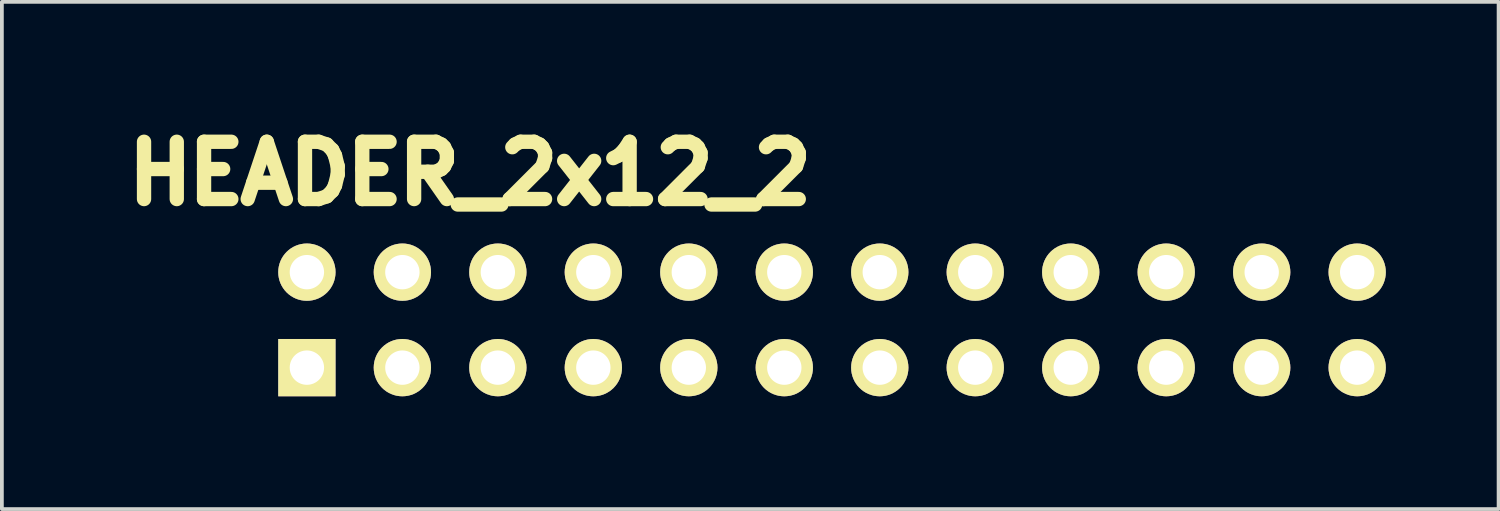
<source format=kicad_pcb>
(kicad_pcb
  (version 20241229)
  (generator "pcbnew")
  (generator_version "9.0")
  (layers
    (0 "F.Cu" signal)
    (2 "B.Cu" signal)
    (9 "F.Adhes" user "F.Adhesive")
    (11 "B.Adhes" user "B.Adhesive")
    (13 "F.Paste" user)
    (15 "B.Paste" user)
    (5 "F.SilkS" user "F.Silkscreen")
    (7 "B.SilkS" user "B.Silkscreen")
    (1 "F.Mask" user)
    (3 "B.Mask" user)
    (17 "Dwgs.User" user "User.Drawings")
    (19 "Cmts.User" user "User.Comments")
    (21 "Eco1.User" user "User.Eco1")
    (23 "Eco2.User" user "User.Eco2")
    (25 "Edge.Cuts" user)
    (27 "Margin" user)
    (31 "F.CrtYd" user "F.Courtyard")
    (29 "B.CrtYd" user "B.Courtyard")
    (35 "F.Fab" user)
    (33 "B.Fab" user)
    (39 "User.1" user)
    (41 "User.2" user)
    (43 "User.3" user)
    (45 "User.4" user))
  (footprint "HEADER_2x12_2"
    (layer "F.Cu")
    (at 19.054 5.36)
    (property "Reference" "HEADER_2x12_2" (at -9.6 -3.8 0) (layer "F.SilkS") (effects (font (size 1.524 1.524) (thickness 0.381))))
    (attr through_hole)
    (pad "1" thru_hole rect (at -13.94 1.37) (size 1.524 1.524) (drill 0.914) (layers "*.Cu" "*.Mask" "F.SilkS"))
    (pad "2" thru_hole circle (at -13.94 -1.17) (size 1.524 1.524) (drill 0.914) (layers "*.Cu" "*.Mask" "F.SilkS"))
    (pad "3" thru_hole circle (at -11.4 1.37) (size 1.524 1.524) (drill 0.914) (layers "*.Cu" "*.Mask" "F.SilkS"))
    (pad "4" thru_hole circle (at -11.4 -1.17) (size 1.524 1.524) (drill 0.914) (layers "*.Cu" "*.Mask" "F.SilkS"))
    (pad "5" thru_hole circle (at -8.86 1.37) (size 1.524 1.524) (drill 0.914) (layers "*.Cu" "*.Mask" "F.SilkS"))
    (pad "6" thru_hole circle (at -8.86 -1.17) (size 1.524 1.524) (drill 0.914) (layers "*.Cu" "*.Mask" "F.SilkS"))
    (pad "7" thru_hole circle (at -6.32 1.37) (size 1.524 1.524) (drill 0.914) (layers "*.Cu" "*.Mask" "F.SilkS"))
    (pad "8" thru_hole circle (at -6.32 -1.17) (size 1.524 1.524) (drill 0.914) (layers "*.Cu" "*.Mask" "F.SilkS"))
    (pad "9" thru_hole circle (at -3.78 1.37) (size 1.524 1.524) (drill 0.914) (layers "*.Cu" "*.Mask" "F.SilkS"))
    (pad "10" thru_hole circle (at -3.78 -1.17) (size 1.524 1.524) (drill 0.914) (layers "*.Cu" "*.Mask" "F.SilkS"))
    (pad "11" thru_hole circle (at -1.24 1.37) (size 1.524 1.524) (drill 0.914) (layers "*.Cu" "*.Mask" "F.SilkS"))
    (pad "12" thru_hole circle (at -1.24 -1.17) (size 1.524 1.524) (drill 0.914) (layers "*.Cu" "*.Mask" "F.SilkS"))
    (pad "13" thru_hole circle (at 1.3 1.37) (size 1.524 1.524) (drill 0.914) (layers "*.Cu" "*.Mask" "F.SilkS"))
    (pad "14" thru_hole circle (at 1.3 -1.17) (size 1.524 1.524) (drill 0.914) (layers "*.Cu" "*.Mask" "F.SilkS"))
    (pad "15" thru_hole circle (at 3.84 1.37) (size 1.524 1.524) (drill 0.914) (layers "*.Cu" "*.Mask" "F.SilkS"))
    (pad "16" thru_hole circle (at 3.84 -1.17) (size 1.524 1.524) (drill 0.914) (layers "*.Cu" "*.Mask" "F.SilkS"))
    (pad "17" thru_hole circle (at 6.38 1.37) (size 1.524 1.524) (drill 0.914) (layers "*.Cu" "*.Mask" "F.SilkS"))
    (pad "18" thru_hole circle (at 6.38 -1.17) (size 1.524 1.524) (drill 0.914) (layers "*.Cu" "*.Mask" "F.SilkS"))
    (pad "19" thru_hole circle (at 8.92 1.37) (size 1.524 1.524) (drill 0.914) (layers "*.Cu" "*.Mask" "F.SilkS"))
    (pad "20" thru_hole circle (at 8.92 -1.17) (size 1.524 1.524) (drill 0.914) (layers "*.Cu" "*.Mask" "F.SilkS"))
    (pad "21" thru_hole circle (at 11.46 1.37) (size 1.524 1.524) (drill 0.914) (layers "*.Cu" "*.Mask" "F.SilkS"))
    (pad "22" thru_hole circle (at 11.46 -1.17) (size 1.524 1.524) (drill 0.914) (layers "*.Cu" "*.Mask" "F.SilkS"))
    (pad "23" thru_hole circle (at 14 1.37) (size 1.524 1.524) (drill 0.914) (layers "*.Cu" "*.Mask" "F.SilkS"))
    (pad "24" thru_hole circle (at 14 -1.17) (size 1.524 1.524) (drill 0.914) (layers "*.Cu" "*.Mask" "F.SilkS")))
  (gr_rect
    (start -3 -3)
    (end 36.816 10.492)
    (stroke (width 0.1) (type default))
    (fill no)
    (layer "Edge.Cuts")))
</source>
